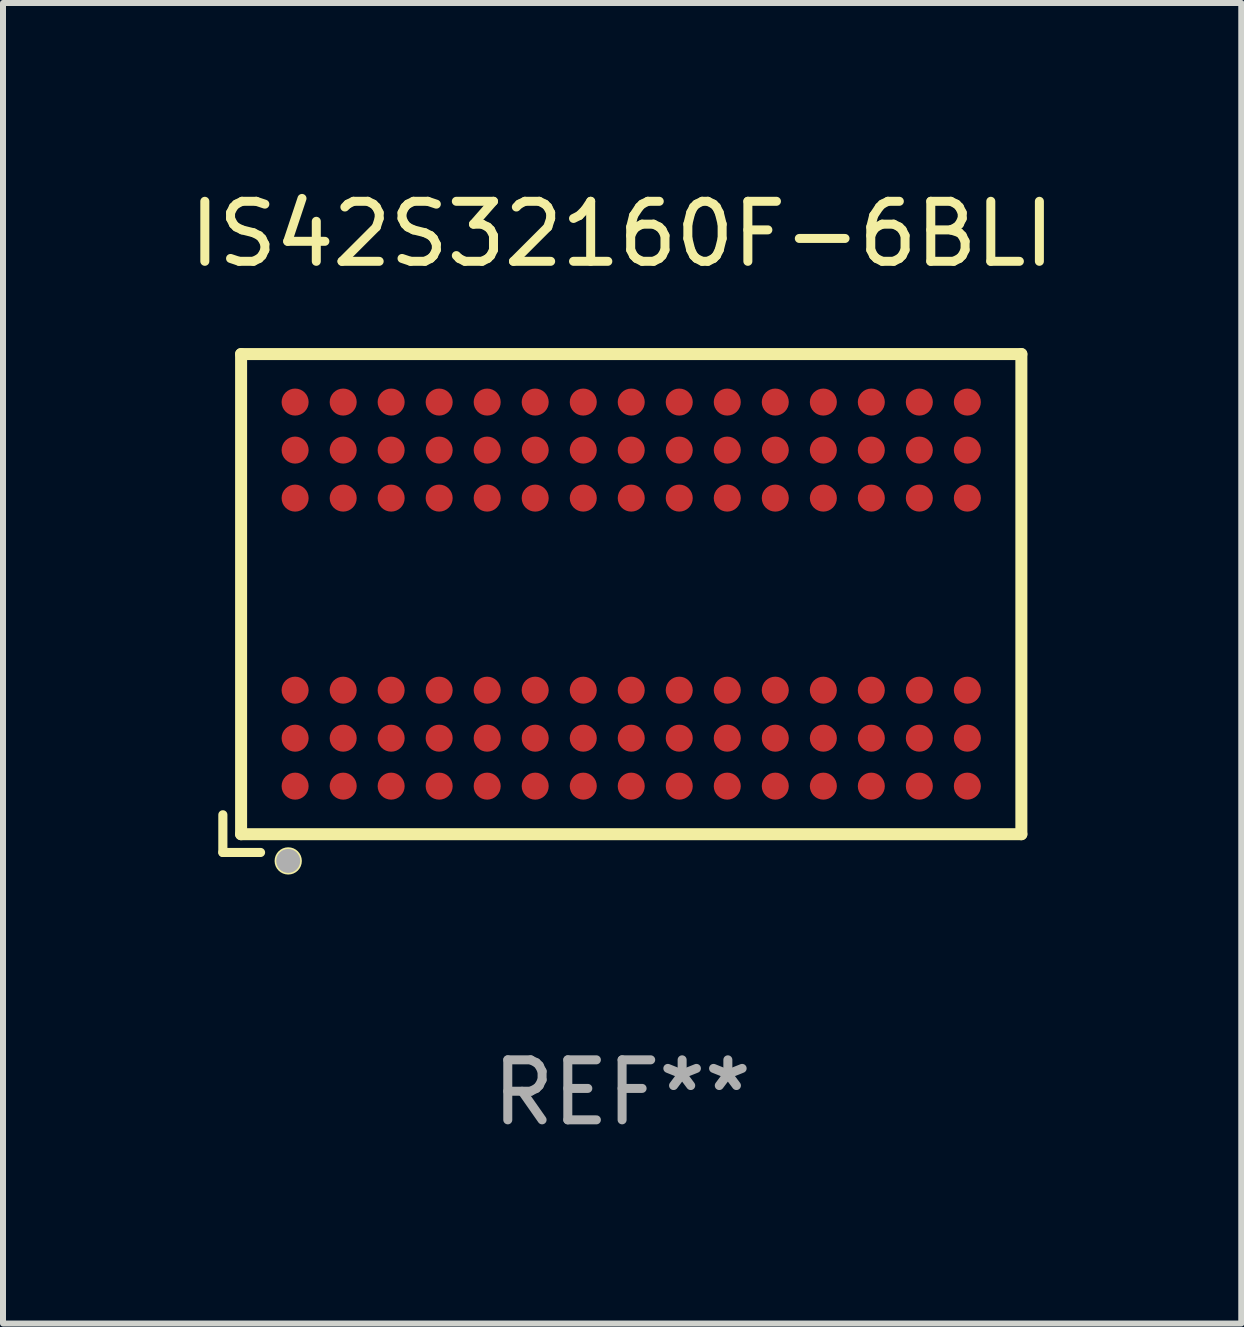
<source format=kicad_pcb>
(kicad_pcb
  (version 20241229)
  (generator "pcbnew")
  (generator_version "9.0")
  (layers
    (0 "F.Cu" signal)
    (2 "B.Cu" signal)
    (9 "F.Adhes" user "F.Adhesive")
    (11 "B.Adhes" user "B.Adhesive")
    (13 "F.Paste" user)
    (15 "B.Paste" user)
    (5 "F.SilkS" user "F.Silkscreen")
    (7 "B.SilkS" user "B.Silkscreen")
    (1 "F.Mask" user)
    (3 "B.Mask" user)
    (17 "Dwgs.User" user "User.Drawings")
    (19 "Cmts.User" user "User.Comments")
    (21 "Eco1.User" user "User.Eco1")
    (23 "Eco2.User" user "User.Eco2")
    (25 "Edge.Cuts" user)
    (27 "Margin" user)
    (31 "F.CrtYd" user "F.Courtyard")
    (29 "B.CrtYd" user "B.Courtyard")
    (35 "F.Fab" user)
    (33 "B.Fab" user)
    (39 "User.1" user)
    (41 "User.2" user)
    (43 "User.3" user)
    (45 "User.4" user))
  (footprint "IS42S32160F-6BLI"
    (layer "F.Cu")
    (at 7.315 7.001)
    (property "Reference" "IS42S32160F-6BLI" (at 0 -6.152 0) (layer "F.SilkS") (effects (font (size 1 1) (thickness 0.15))))
    (attr through_hole)
    (fp_line (start -6.652 3.524) (end -6.652 4.152) (stroke (width 0.152) (type solid)) (layer "F.SilkS"))
    (fp_line (start -6.652 4.152) (end -6.024 4.152) (stroke (width 0.152) (type solid)) (layer "F.SilkS"))
    (fp_line (start -6.348 -4.152) (end -6.348 3.848) (stroke (width 0.2) (type solid)) (layer "F.SilkS"))
    (fp_line (start -6.348 -4.152) (end 6.652 -4.152) (stroke (width 0.2) (type solid)) (layer "F.SilkS"))
    (fp_line (start -6.348 3.848) (end 6.652 3.848) (stroke (width 0.2) (type solid)) (layer "F.SilkS"))
    (fp_line (start 6.652 -4.152) (end 6.652 3.848) (stroke (width 0.2) (type solid)) (layer "F.SilkS"))
    (fp_circle (center -6.348 3.848) (end -6.318 3.848) (stroke (width 0.06) (type solid)) (fill no) (layer "F.SilkS"))
    (fp_circle (center -5.563 4.293) (end -5.436 4.293) (stroke (width 0.2) (type solid)) (fill no) (layer "F.SilkS"))
    (fp_circle (center -5.563 4.293) (end -5.463 4.293) (stroke (width 0.2) (type solid)) (fill no) (layer "F.Fab"))
    (fp_text user "REF**" (at 0 8.152 0) (layer "F.Fab") (effects (font (size 1 1) (thickness 0.15))))
    (pad "A1" smd circle (at -5.448 3.047) (size 0.45 0.45) (layers "F.Cu" "F.Mask" "F.Paste"))
    (pad "A2" smd circle (at -5.448 2.248) (size 0.45 0.45) (layers "F.Cu" "F.Mask" "F.Paste"))
    (pad "A3" smd circle (at -5.448 1.448) (size 0.45 0.45) (layers "F.Cu" "F.Mask" "F.Paste"))
    (pad "A7" smd circle (at -5.448 -1.752) (size 0.45 0.45) (layers "F.Cu" "F.Mask" "F.Paste"))
    (pad "A8" smd circle (at -5.448 -2.552) (size 0.45 0.45) (layers "F.Cu" "F.Mask" "F.Paste"))
    (pad "A9" smd circle (at -5.448 -3.352) (size 0.45 0.45) (layers "F.Cu" "F.Mask" "F.Paste"))
    (pad "B1" smd circle (at -4.647 3.047) (size 0.45 0.45) (layers "F.Cu" "F.Mask" "F.Paste"))
    (pad "B2" smd circle (at -4.647 2.248) (size 0.45 0.45) (layers "F.Cu" "F.Mask" "F.Paste"))
    (pad "B3" smd circle (at -4.647 1.448) (size 0.45 0.45) (layers "F.Cu" "F.Mask" "F.Paste"))
    (pad "B7" smd circle (at -4.647 -1.752) (size 0.45 0.45) (layers "F.Cu" "F.Mask" "F.Paste"))
    (pad "B8" smd circle (at -4.647 -2.552) (size 0.45 0.45) (layers "F.Cu" "F.Mask" "F.Paste"))
    (pad "B9" smd circle (at -4.647 -3.352) (size 0.45 0.45) (layers "F.Cu" "F.Mask" "F.Paste"))
    (pad "C1" smd circle (at -3.848 3.047) (size 0.45 0.45) (layers "F.Cu" "F.Mask" "F.Paste"))
    (pad "C2" smd circle (at -3.848 2.248) (size 0.45 0.45) (layers "F.Cu" "F.Mask" "F.Paste"))
    (pad "C3" smd circle (at -3.848 1.448) (size 0.45 0.45) (layers "F.Cu" "F.Mask" "F.Paste"))
    (pad "C7" smd circle (at -3.848 -1.752) (size 0.45 0.45) (layers "F.Cu" "F.Mask" "F.Paste"))
    (pad "C8" smd circle (at -3.848 -2.552) (size 0.45 0.45) (layers "F.Cu" "F.Mask" "F.Paste"))
    (pad "C9" smd circle (at -3.848 -3.352) (size 0.45 0.45) (layers "F.Cu" "F.Mask" "F.Paste"))
    (pad "D1" smd circle (at -3.048 3.047) (size 0.45 0.45) (layers "F.Cu" "F.Mask" "F.Paste"))
    (pad "D2" smd circle (at -3.048 2.248) (size 0.45 0.45) (layers "F.Cu" "F.Mask" "F.Paste"))
    (pad "D3" smd circle (at -3.048 1.448) (size 0.45 0.45) (layers "F.Cu" "F.Mask" "F.Paste"))
    (pad "D7" smd circle (at -3.048 -1.752) (size 0.45 0.45) (layers "F.Cu" "F.Mask" "F.Paste"))
    (pad "D8" smd circle (at -3.048 -2.552) (size 0.45 0.45) (layers "F.Cu" "F.Mask" "F.Paste"))
    (pad "D9" smd circle (at -3.048 -3.352) (size 0.45 0.45) (layers "F.Cu" "F.Mask" "F.Paste"))
    (pad "E1" smd circle (at -2.248 3.047) (size 0.45 0.45) (layers "F.Cu" "F.Mask" "F.Paste"))
    (pad "E2" smd circle (at -2.248 2.248) (size 0.45 0.45) (layers "F.Cu" "F.Mask" "F.Paste"))
    (pad "E3" smd circle (at -2.248 1.448) (size 0.45 0.45) (layers "F.Cu" "F.Mask" "F.Paste"))
    (pad "E7" smd circle (at -2.248 -1.752) (size 0.45 0.45) (layers "F.Cu" "F.Mask" "F.Paste"))
    (pad "E8" smd circle (at -2.248 -2.552) (size 0.45 0.45) (layers "F.Cu" "F.Mask" "F.Paste"))
    (pad "E9" smd circle (at -2.248 -3.352) (size 0.45 0.45) (layers "F.Cu" "F.Mask" "F.Paste"))
    (pad "F1" smd circle (at -1.448 3.047) (size 0.45 0.45) (layers "F.Cu" "F.Mask" "F.Paste"))
    (pad "F2" smd circle (at -1.448 2.248) (size 0.45 0.45) (layers "F.Cu" "F.Mask" "F.Paste"))
    (pad "F3" smd circle (at -1.448 1.448) (size 0.45 0.45) (layers "F.Cu" "F.Mask" "F.Paste"))
    (pad "F7" smd circle (at -1.448 -1.752) (size 0.45 0.45) (layers "F.Cu" "F.Mask" "F.Paste"))
    (pad "F8" smd circle (at -1.448 -2.552) (size 0.45 0.45) (layers "F.Cu" "F.Mask" "F.Paste"))
    (pad "F9" smd circle (at -1.448 -3.352) (size 0.45 0.45) (layers "F.Cu" "F.Mask" "F.Paste"))
    (pad "G1" smd circle (at -0.647 3.047) (size 0.45 0.45) (layers "F.Cu" "F.Mask" "F.Paste"))
    (pad "G2" smd circle (at -0.647 2.248) (size 0.45 0.45) (layers "F.Cu" "F.Mask" "F.Paste"))
    (pad "G3" smd circle (at -0.647 1.448) (size 0.45 0.45) (layers "F.Cu" "F.Mask" "F.Paste"))
    (pad "G7" smd circle (at -0.647 -1.752) (size 0.45 0.45) (layers "F.Cu" "F.Mask" "F.Paste"))
    (pad "G8" smd circle (at -0.647 -2.552) (size 0.45 0.45) (layers "F.Cu" "F.Mask" "F.Paste"))
    (pad "G9" smd circle (at -0.647 -3.352) (size 0.45 0.45) (layers "F.Cu" "F.Mask" "F.Paste"))
    (pad "H1" smd circle (at 0.152 3.047) (size 0.45 0.45) (layers "F.Cu" "F.Mask" "F.Paste"))
    (pad "H2" smd circle (at 0.152 2.248) (size 0.45 0.45) (layers "F.Cu" "F.Mask" "F.Paste"))
    (pad "H3" smd circle (at 0.152 1.448) (size 0.45 0.45) (layers "F.Cu" "F.Mask" "F.Paste"))
    (pad "H7" smd circle (at 0.152 -1.752) (size 0.45 0.45) (layers "F.Cu" "F.Mask" "F.Paste"))
    (pad "H8" smd circle (at 0.152 -2.552) (size 0.45 0.45) (layers "F.Cu" "F.Mask" "F.Paste"))
    (pad "H9" smd circle (at 0.152 -3.352) (size 0.45 0.45) (layers "F.Cu" "F.Mask" "F.Paste"))
    (pad "J1" smd circle (at 0.952 3.047) (size 0.45 0.45) (layers "F.Cu" "F.Mask" "F.Paste"))
    (pad "J2" smd circle (at 0.952 2.248) (size 0.45 0.45) (layers "F.Cu" "F.Mask" "F.Paste"))
    (pad "J3" smd circle (at 0.952 1.448) (size 0.45 0.45) (layers "F.Cu" "F.Mask" "F.Paste"))
    (pad "J7" smd circle (at 0.952 -1.752) (size 0.45 0.45) (layers "F.Cu" "F.Mask" "F.Paste"))
    (pad "J8" smd circle (at 0.952 -2.552) (size 0.45 0.45) (layers "F.Cu" "F.Mask" "F.Paste"))
    (pad "J9" smd circle (at 0.952 -3.352) (size 0.45 0.45) (layers "F.Cu" "F.Mask" "F.Paste"))
    (pad "K1" smd circle (at 1.752 3.047) (size 0.45 0.45) (layers "F.Cu" "F.Mask" "F.Paste"))
    (pad "K2" smd circle (at 1.752 2.248) (size 0.45 0.45) (layers "F.Cu" "F.Mask" "F.Paste"))
    (pad "K3" smd circle (at 1.752 1.448) (size 0.45 0.45) (layers "F.Cu" "F.Mask" "F.Paste"))
    (pad "K7" smd circle (at 1.752 -1.752) (size 0.45 0.45) (layers "F.Cu" "F.Mask" "F.Paste"))
    (pad "K8" smd circle (at 1.752 -2.552) (size 0.45 0.45) (layers "F.Cu" "F.Mask" "F.Paste"))
    (pad "K9" smd circle (at 1.752 -3.352) (size 0.45 0.45) (layers "F.Cu" "F.Mask" "F.Paste"))
    (pad "L1" smd circle (at 2.552 3.047) (size 0.45 0.45) (layers "F.Cu" "F.Mask" "F.Paste"))
    (pad "L2" smd circle (at 2.552 2.248) (size 0.45 0.45) (layers "F.Cu" "F.Mask" "F.Paste"))
    (pad "L3" smd circle (at 2.552 1.448) (size 0.45 0.45) (layers "F.Cu" "F.Mask" "F.Paste"))
    (pad "L7" smd circle (at 2.552 -1.752) (size 0.45 0.45) (layers "F.Cu" "F.Mask" "F.Paste"))
    (pad "L8" smd circle (at 2.552 -2.552) (size 0.45 0.45) (layers "F.Cu" "F.Mask" "F.Paste"))
    (pad "L9" smd circle (at 2.552 -3.352) (size 0.45 0.45) (layers "F.Cu" "F.Mask" "F.Paste"))
    (pad "M1" smd circle (at 3.353 3.047) (size 0.45 0.45) (layers "F.Cu" "F.Mask" "F.Paste"))
    (pad "M2" smd circle (at 3.353 2.248) (size 0.45 0.45) (layers "F.Cu" "F.Mask" "F.Paste"))
    (pad "M3" smd circle (at 3.353 1.448) (size 0.45 0.45) (layers "F.Cu" "F.Mask" "F.Paste"))
    (pad "M7" smd circle (at 3.353 -1.752) (size 0.45 0.45) (layers "F.Cu" "F.Mask" "F.Paste"))
    (pad "M8" smd circle (at 3.353 -2.552) (size 0.45 0.45) (layers "F.Cu" "F.Mask" "F.Paste"))
    (pad "M9" smd circle (at 3.353 -3.352) (size 0.45 0.45) (layers "F.Cu" "F.Mask" "F.Paste"))
    (pad "N1" smd circle (at 4.152 3.047) (size 0.45 0.45) (layers "F.Cu" "F.Mask" "F.Paste"))
    (pad "N2" smd circle (at 4.152 2.248) (size 0.45 0.45) (layers "F.Cu" "F.Mask" "F.Paste"))
    (pad "N3" smd circle (at 4.152 1.448) (size 0.45 0.45) (layers "F.Cu" "F.Mask" "F.Paste"))
    (pad "N7" smd circle (at 4.152 -1.752) (size 0.45 0.45) (layers "F.Cu" "F.Mask" "F.Paste"))
    (pad "N8" smd circle (at 4.152 -2.552) (size 0.45 0.45) (layers "F.Cu" "F.Mask" "F.Paste"))
    (pad "N9" smd circle (at 4.152 -3.352) (size 0.45 0.45) (layers "F.Cu" "F.Mask" "F.Paste"))
    (pad "P1" smd circle (at 4.952 3.047) (size 0.45 0.45) (layers "F.Cu" "F.Mask" "F.Paste"))
    (pad "P2" smd circle (at 4.952 2.248) (size 0.45 0.45) (layers "F.Cu" "F.Mask" "F.Paste"))
    (pad "P3" smd circle (at 4.952 1.448) (size 0.45 0.45) (layers "F.Cu" "F.Mask" "F.Paste"))
    (pad "P7" smd circle (at 4.952 -1.752) (size 0.45 0.45) (layers "F.Cu" "F.Mask" "F.Paste"))
    (pad "P8" smd circle (at 4.952 -2.552) (size 0.45 0.45) (layers "F.Cu" "F.Mask" "F.Paste"))
    (pad "P9" smd circle (at 4.952 -3.352) (size 0.45 0.45) (layers "F.Cu" "F.Mask" "F.Paste"))
    (pad "R1" smd circle (at 5.752 3.047) (size 0.45 0.45) (layers "F.Cu" "F.Mask" "F.Paste"))
    (pad "R2" smd circle (at 5.752 2.248) (size 0.45 0.45) (layers "F.Cu" "F.Mask" "F.Paste"))
    (pad "R3" smd circle (at 5.752 1.448) (size 0.45 0.45) (layers "F.Cu" "F.Mask" "F.Paste"))
    (pad "R7" smd circle (at 5.752 -1.752) (size 0.45 0.45) (layers "F.Cu" "F.Mask" "F.Paste"))
    (pad "R8" smd circle (at 5.752 -2.552) (size 0.45 0.45) (layers "F.Cu" "F.Mask" "F.Paste"))
    (pad "R9" smd circle (at 5.752 -3.352) (size 0.45 0.45) (layers "F.Cu" "F.Mask" "F.Paste")))
  (gr_rect
    (start -3 -3)
    (end 17.631 19.001)
    (stroke (width 0.1) (type default))
    (fill no)
    (layer "Edge.Cuts")))
</source>
